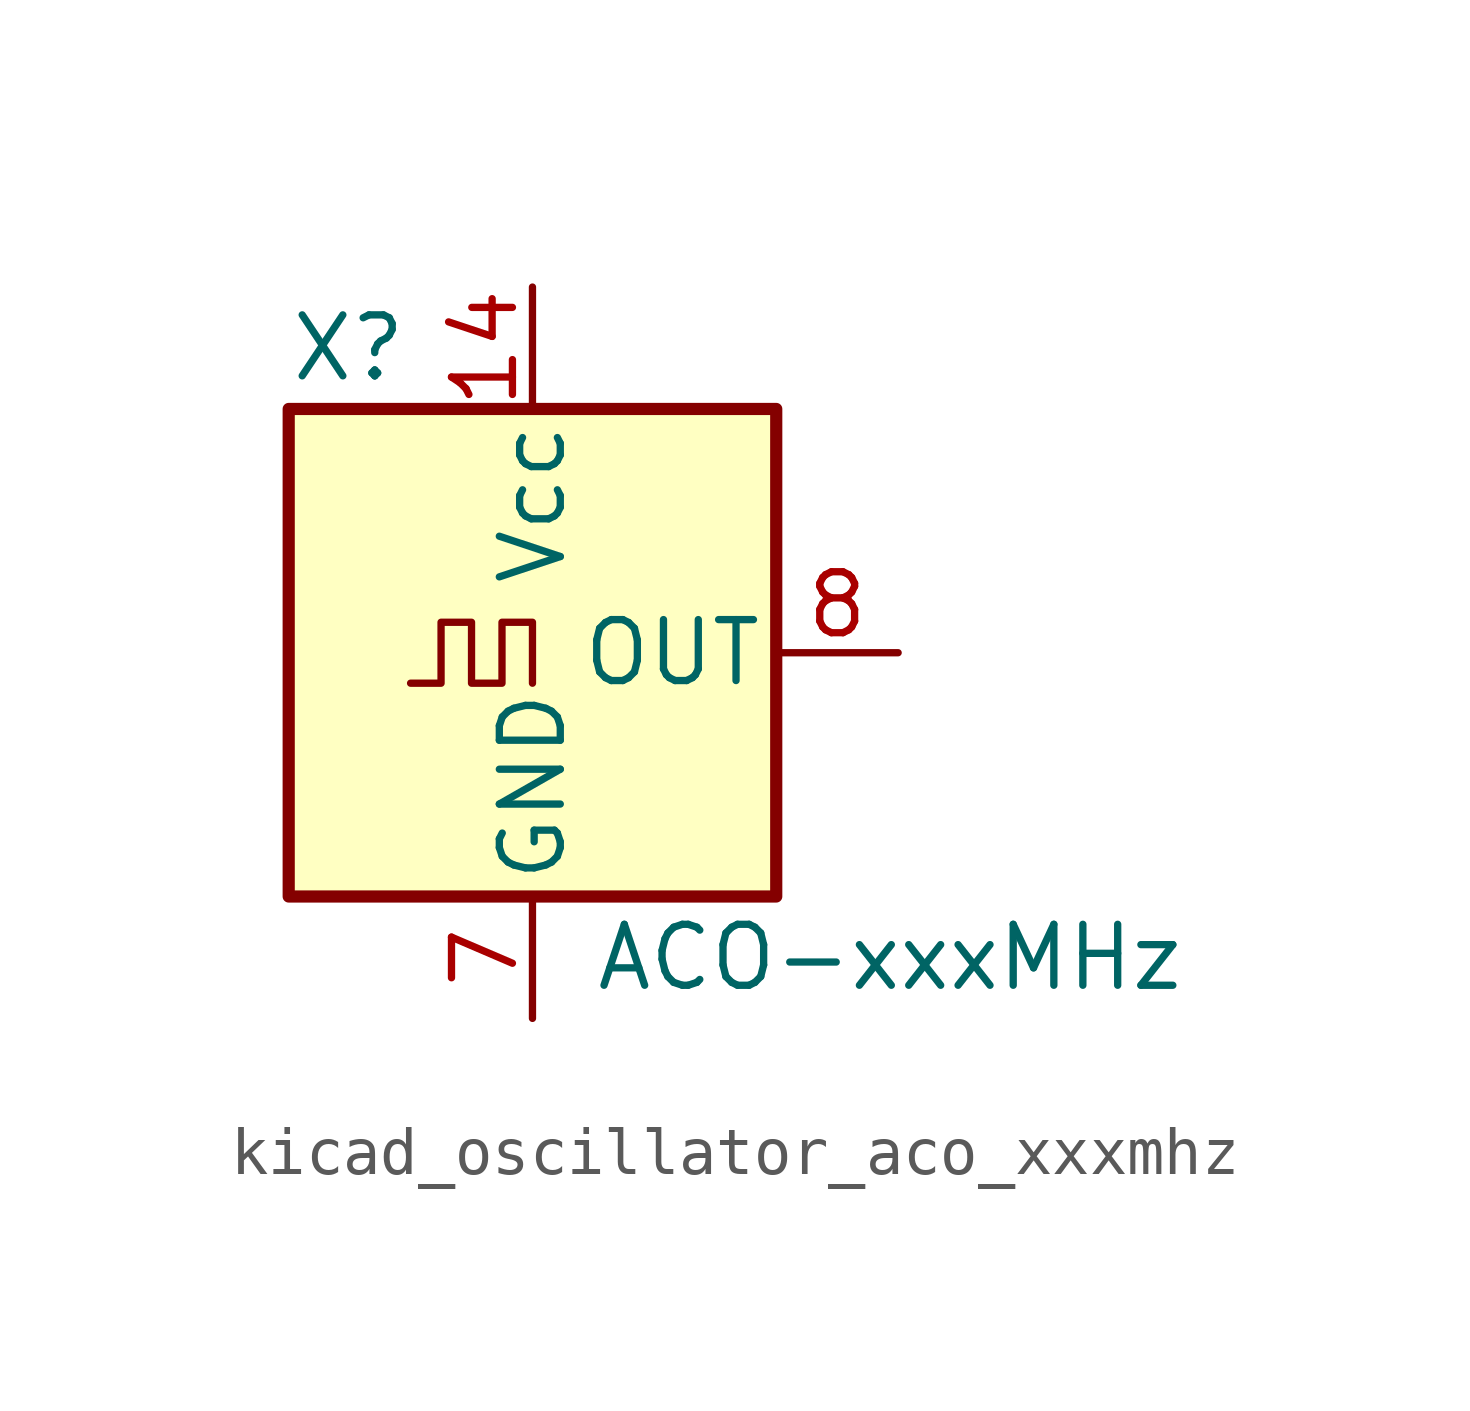
<source format=kicad_sym>
(kicad_symbol_lib
  (version 20220914)
  (generator kicad_symbol_editor)
  (symbol "kicad_oscillator_aco_xxxmhz"
    (pin_names
      (offset 0.254))
    (property "Reference" "X"
      (at -5.08 6.35 0)
      (effects (font (size 1.27 1.27)) (justify left)))
    (property "Value" "ACO-xxxMHz"
      (at 1.27 -6.35 0)
      (effects (font (size 1.27 1.27)) (justify left)))
    (symbol "kicad_oscillator_aco_xxxmhz_0_1"
      (rectangle (start -5.08 5.08) (end 5.08 -5.08) (stroke (width 0.254) (type default)) (fill (type background)))
      (polyline (pts (xy -2.54 -0.635) (xy -1.905 -0.635) (xy -1.905 0.635) (xy -1.27 0.635) (xy -1.27 -0.635) (xy -0.635 -0.635) (xy -0.635 0.635) (xy 0 0.635) (xy 0 -0.635)) (stroke (width 0) (type default)) (fill (type none))))
    (symbol "kicad_oscillator_aco_xxxmhz_1_1"
      (pin no_connect line (at -5.08 2.54 0) (length 2.54) hide (name "NC" (effects (font (size 1.27 1.27)))) (number "1" (effects (font (size 1.27 1.27)))))
      (pin power_in line (at 0 7.62 270) (length 2.54) (name "Vcc" (effects (font (size 1.27 1.27)))) (number "14" (effects (font (size 1.27 1.27)))))
      (pin power_in line (at 0 -7.62 90) (length 2.54) (name "GND" (effects (font (size 1.27 1.27)))) (number "7" (effects (font (size 1.27 1.27)))))
      (pin output line (at 7.62 0 180) (length 2.54) (name "OUT" (effects (font (size 1.27 1.27)))) (number "8" (effects (font (size 1.27 1.27))))))))
</source>
